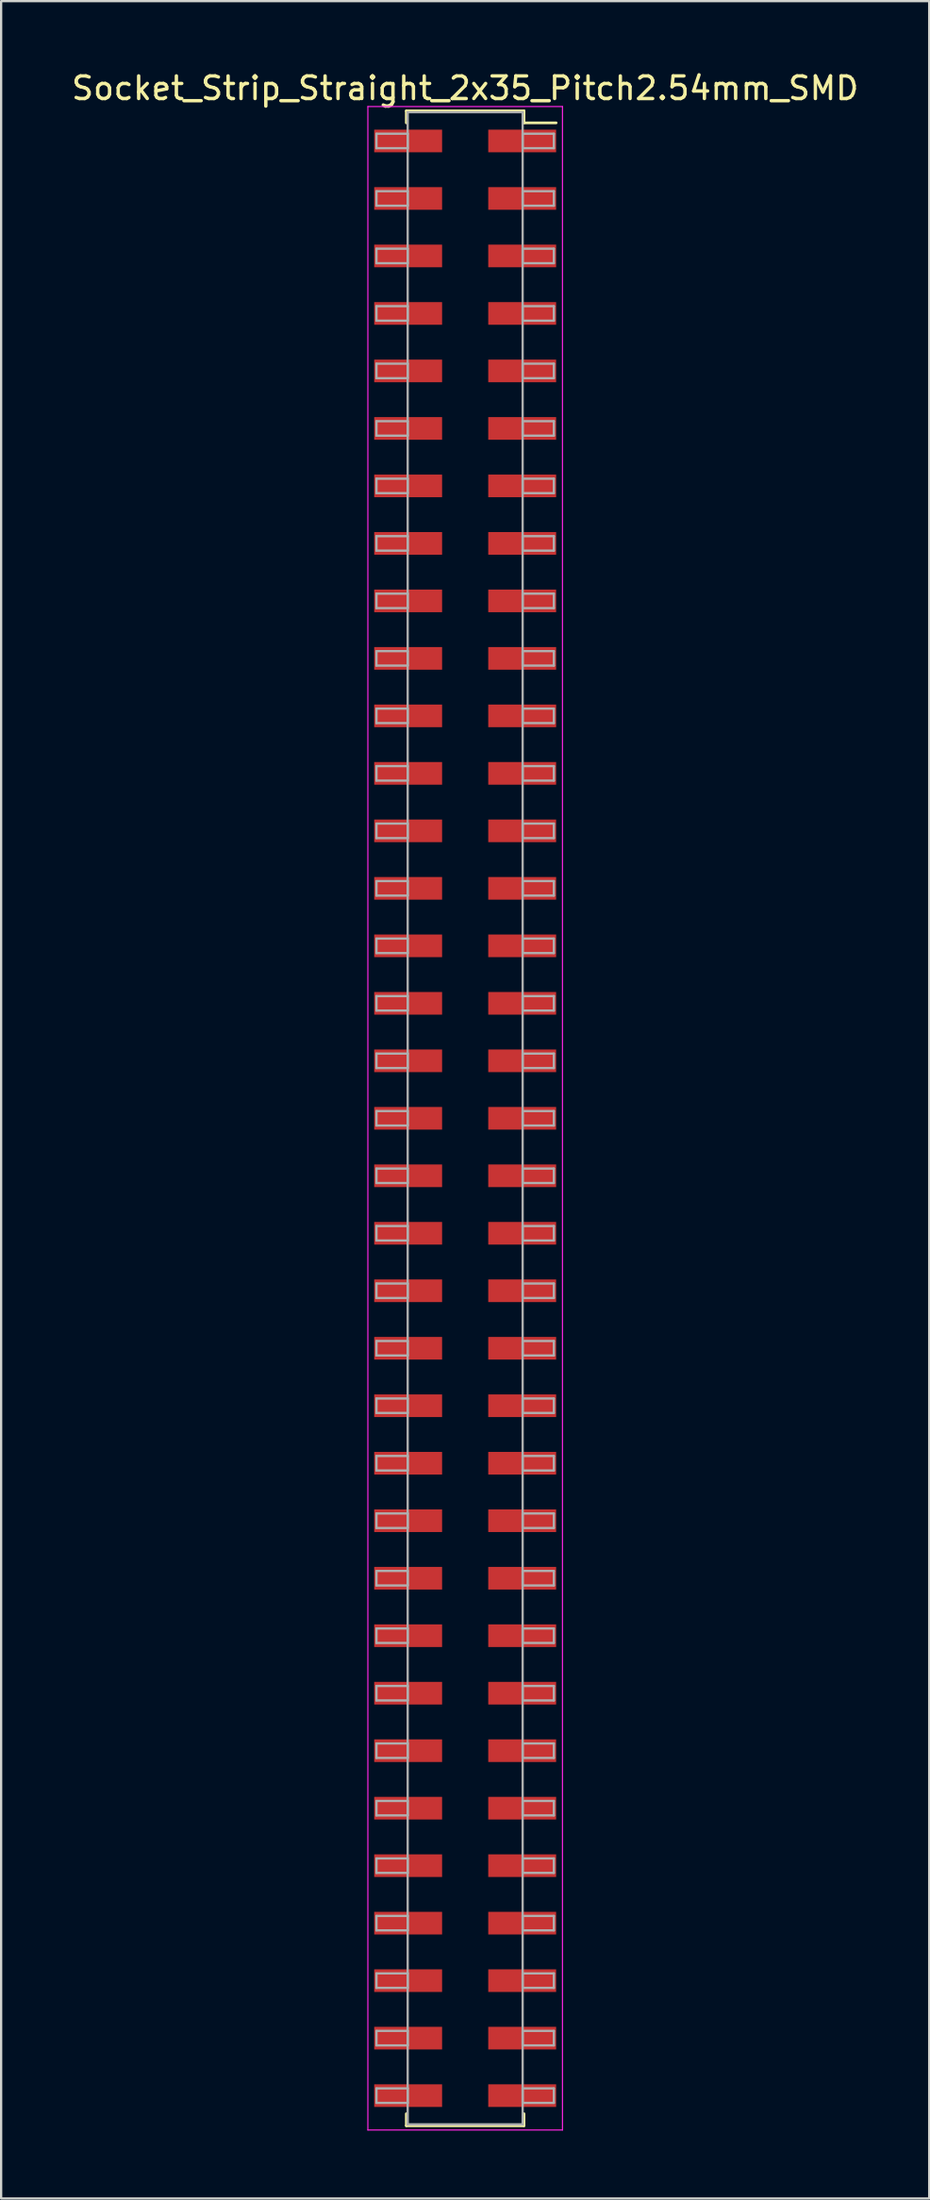
<source format=kicad_pcb>
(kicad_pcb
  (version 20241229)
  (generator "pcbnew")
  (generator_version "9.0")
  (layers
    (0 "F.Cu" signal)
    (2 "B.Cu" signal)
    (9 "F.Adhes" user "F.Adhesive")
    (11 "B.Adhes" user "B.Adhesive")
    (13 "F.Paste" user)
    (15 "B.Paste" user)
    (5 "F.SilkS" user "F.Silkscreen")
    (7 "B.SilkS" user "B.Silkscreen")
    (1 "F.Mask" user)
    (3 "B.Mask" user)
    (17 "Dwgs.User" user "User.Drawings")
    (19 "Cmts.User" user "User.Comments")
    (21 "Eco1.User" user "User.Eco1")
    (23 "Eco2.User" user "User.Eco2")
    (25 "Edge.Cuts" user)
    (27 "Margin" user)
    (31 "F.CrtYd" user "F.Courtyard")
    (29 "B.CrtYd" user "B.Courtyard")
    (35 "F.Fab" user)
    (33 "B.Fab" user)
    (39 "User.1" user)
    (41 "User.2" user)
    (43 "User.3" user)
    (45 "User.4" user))
  (footprint "Socket_Strip_Straight_2x35_Pitch2.54mm_SMD"
    (layer "F.Cu")
    (at 17.506 46.358)
    (property "Reference" "Socket_Strip_Straight_2x35_Pitch2.54mm_SMD" (at 0 -45.51 0) (layer "F.SilkS") (effects (font (size 1 1) (thickness 0.15))))
    (attr smd)
    (fp_line (start -2.6 -44.51) (end 2.6 -44.51) (stroke (width 0.12) (type solid)) (layer "F.SilkS"))
    (fp_line (start -2.6 -43.98) (end -2.6 -44.51) (stroke (width 0.12) (type solid)) (layer "F.SilkS"))
    (fp_line (start -2.6 43.98) (end -2.6 44.51) (stroke (width 0.12) (type solid)) (layer "F.SilkS"))
    (fp_line (start -2.6 44.51) (end 2.6 44.51) (stroke (width 0.12) (type solid)) (layer "F.SilkS"))
    (fp_line (start 2.6 -44.51) (end 2.6 -43.98) (stroke (width 0.12) (type solid)) (layer "F.SilkS"))
    (fp_line (start 2.6 44.51) (end 2.6 43.98) (stroke (width 0.12) (type solid)) (layer "F.SilkS"))
    (fp_line (start 4.02 -43.98) (end 2.6 -43.98) (stroke (width 0.12) (type solid)) (layer "F.SilkS"))
    (fp_line (start -4.3 -44.7) (end -4.3 44.7) (stroke (width 0.05) (type solid)) (layer "F.CrtYd"))
    (fp_line (start -4.3 44.7) (end 4.3 44.7) (stroke (width 0.05) (type solid)) (layer "F.CrtYd"))
    (fp_line (start 4.3 -44.7) (end -4.3 -44.7) (stroke (width 0.05) (type solid)) (layer "F.CrtYd"))
    (fp_line (start 4.3 44.7) (end 4.3 -44.7) (stroke (width 0.05) (type solid)) (layer "F.CrtYd"))
    (fp_line (start -3.92 -43.5) (end -2.54 -43.5) (stroke (width 0.1) (type solid)) (layer "F.Fab"))
    (fp_line (start -3.92 -42.86) (end -3.92 -43.5) (stroke (width 0.1) (type solid)) (layer "F.Fab"))
    (fp_line (start -3.92 -40.96) (end -2.54 -40.96) (stroke (width 0.1) (type solid)) (layer "F.Fab"))
    (fp_line (start -3.92 -40.32) (end -3.92 -40.96) (stroke (width 0.1) (type solid)) (layer "F.Fab"))
    (fp_line (start -3.92 -38.42) (end -2.54 -38.42) (stroke (width 0.1) (type solid)) (layer "F.Fab"))
    (fp_line (start -3.92 -37.78) (end -3.92 -38.42) (stroke (width 0.1) (type solid)) (layer "F.Fab"))
    (fp_line (start -3.92 -35.88) (end -2.54 -35.88) (stroke (width 0.1) (type solid)) (layer "F.Fab"))
    (fp_line (start -3.92 -35.24) (end -3.92 -35.88) (stroke (width 0.1) (type solid)) (layer "F.Fab"))
    (fp_line (start -3.92 -33.34) (end -2.54 -33.34) (stroke (width 0.1) (type solid)) (layer "F.Fab"))
    (fp_line (start -3.92 -32.7) (end -3.92 -33.34) (stroke (width 0.1) (type solid)) (layer "F.Fab"))
    (fp_line (start -3.92 -30.8) (end -2.54 -30.8) (stroke (width 0.1) (type solid)) (layer "F.Fab"))
    (fp_line (start -3.92 -30.16) (end -3.92 -30.8) (stroke (width 0.1) (type solid)) (layer "F.Fab"))
    (fp_line (start -3.92 -28.26) (end -2.54 -28.26) (stroke (width 0.1) (type solid)) (layer "F.Fab"))
    (fp_line (start -3.92 -27.62) (end -3.92 -28.26) (stroke (width 0.1) (type solid)) (layer "F.Fab"))
    (fp_line (start -3.92 -25.72) (end -2.54 -25.72) (stroke (width 0.1) (type solid)) (layer "F.Fab"))
    (fp_line (start -3.92 -25.08) (end -3.92 -25.72) (stroke (width 0.1) (type solid)) (layer "F.Fab"))
    (fp_line (start -3.92 -23.18) (end -2.54 -23.18) (stroke (width 0.1) (type solid)) (layer "F.Fab"))
    (fp_line (start -3.92 -22.54) (end -3.92 -23.18) (stroke (width 0.1) (type solid)) (layer "F.Fab"))
    (fp_line (start -3.92 -20.64) (end -2.54 -20.64) (stroke (width 0.1) (type solid)) (layer "F.Fab"))
    (fp_line (start -3.92 -20) (end -3.92 -20.64) (stroke (width 0.1) (type solid)) (layer "F.Fab"))
    (fp_line (start -3.92 -18.1) (end -2.54 -18.1) (stroke (width 0.1) (type solid)) (layer "F.Fab"))
    (fp_line (start -3.92 -17.46) (end -3.92 -18.1) (stroke (width 0.1) (type solid)) (layer "F.Fab"))
    (fp_line (start -3.92 -15.56) (end -2.54 -15.56) (stroke (width 0.1) (type solid)) (layer "F.Fab"))
    (fp_line (start -3.92 -14.92) (end -3.92 -15.56) (stroke (width 0.1) (type solid)) (layer "F.Fab"))
    (fp_line (start -3.92 -13.02) (end -2.54 -13.02) (stroke (width 0.1) (type solid)) (layer "F.Fab"))
    (fp_line (start -3.92 -12.38) (end -3.92 -13.02) (stroke (width 0.1) (type solid)) (layer "F.Fab"))
    (fp_line (start -3.92 -10.48) (end -2.54 -10.48) (stroke (width 0.1) (type solid)) (layer "F.Fab"))
    (fp_line (start -3.92 -9.84) (end -3.92 -10.48) (stroke (width 0.1) (type solid)) (layer "F.Fab"))
    (fp_line (start -3.92 -7.94) (end -2.54 -7.94) (stroke (width 0.1) (type solid)) (layer "F.Fab"))
    (fp_line (start -3.92 -7.3) (end -3.92 -7.94) (stroke (width 0.1) (type solid)) (layer "F.Fab"))
    (fp_line (start -3.92 -5.4) (end -2.54 -5.4) (stroke (width 0.1) (type solid)) (layer "F.Fab"))
    (fp_line (start -3.92 -4.76) (end -3.92 -5.4) (stroke (width 0.1) (type solid)) (layer "F.Fab"))
    (fp_line (start -3.92 -2.86) (end -2.54 -2.86) (stroke (width 0.1) (type solid)) (layer "F.Fab"))
    (fp_line (start -3.92 -2.22) (end -3.92 -2.86) (stroke (width 0.1) (type solid)) (layer "F.Fab"))
    (fp_line (start -3.92 -0.32) (end -2.54 -0.32) (stroke (width 0.1) (type solid)) (layer "F.Fab"))
    (fp_line (start -3.92 0.32) (end -3.92 -0.32) (stroke (width 0.1) (type solid)) (layer "F.Fab"))
    (fp_line (start -3.92 2.22) (end -2.54 2.22) (stroke (width 0.1) (type solid)) (layer "F.Fab"))
    (fp_line (start -3.92 2.86) (end -3.92 2.22) (stroke (width 0.1) (type solid)) (layer "F.Fab"))
    (fp_line (start -3.92 4.76) (end -2.54 4.76) (stroke (width 0.1) (type solid)) (layer "F.Fab"))
    (fp_line (start -3.92 5.4) (end -3.92 4.76) (stroke (width 0.1) (type solid)) (layer "F.Fab"))
    (fp_line (start -3.92 7.3) (end -2.54 7.3) (stroke (width 0.1) (type solid)) (layer "F.Fab"))
    (fp_line (start -3.92 7.94) (end -3.92 7.3) (stroke (width 0.1) (type solid)) (layer "F.Fab"))
    (fp_line (start -3.92 9.84) (end -2.54 9.84) (stroke (width 0.1) (type solid)) (layer "F.Fab"))
    (fp_line (start -3.92 10.48) (end -3.92 9.84) (stroke (width 0.1) (type solid)) (layer "F.Fab"))
    (fp_line (start -3.92 12.38) (end -2.54 12.38) (stroke (width 0.1) (type solid)) (layer "F.Fab"))
    (fp_line (start -3.92 13.02) (end -3.92 12.38) (stroke (width 0.1) (type solid)) (layer "F.Fab"))
    (fp_line (start -3.92 14.92) (end -2.54 14.92) (stroke (width 0.1) (type solid)) (layer "F.Fab"))
    (fp_line (start -3.92 15.56) (end -3.92 14.92) (stroke (width 0.1) (type solid)) (layer "F.Fab"))
    (fp_line (start -3.92 17.46) (end -2.54 17.46) (stroke (width 0.1) (type solid)) (layer "F.Fab"))
    (fp_line (start -3.92 18.1) (end -3.92 17.46) (stroke (width 0.1) (type solid)) (layer "F.Fab"))
    (fp_line (start -3.92 20) (end -2.54 20) (stroke (width 0.1) (type solid)) (layer "F.Fab"))
    (fp_line (start -3.92 20.64) (end -3.92 20) (stroke (width 0.1) (type solid)) (layer "F.Fab"))
    (fp_line (start -3.92 22.54) (end -2.54 22.54) (stroke (width 0.1) (type solid)) (layer "F.Fab"))
    (fp_line (start -3.92 23.18) (end -3.92 22.54) (stroke (width 0.1) (type solid)) (layer "F.Fab"))
    (fp_line (start -3.92 25.08) (end -2.54 25.08) (stroke (width 0.1) (type solid)) (layer "F.Fab"))
    (fp_line (start -3.92 25.72) (end -3.92 25.08) (stroke (width 0.1) (type solid)) (layer "F.Fab"))
    (fp_line (start -3.92 27.62) (end -2.54 27.62) (stroke (width 0.1) (type solid)) (layer "F.Fab"))
    (fp_line (start -3.92 28.26) (end -3.92 27.62) (stroke (width 0.1) (type solid)) (layer "F.Fab"))
    (fp_line (start -3.92 30.16) (end -2.54 30.16) (stroke (width 0.1) (type solid)) (layer "F.Fab"))
    (fp_line (start -3.92 30.8) (end -3.92 30.16) (stroke (width 0.1) (type solid)) (layer "F.Fab"))
    (fp_line (start -3.92 32.7) (end -2.54 32.7) (stroke (width 0.1) (type solid)) (layer "F.Fab"))
    (fp_line (start -3.92 33.34) (end -3.92 32.7) (stroke (width 0.1) (type solid)) (layer "F.Fab"))
    (fp_line (start -3.92 35.24) (end -2.54 35.24) (stroke (width 0.1) (type solid)) (layer "F.Fab"))
    (fp_line (start -3.92 35.88) (end -3.92 35.24) (stroke (width 0.1) (type solid)) (layer "F.Fab"))
    (fp_line (start -3.92 37.78) (end -2.54 37.78) (stroke (width 0.1) (type solid)) (layer "F.Fab"))
    (fp_line (start -3.92 38.42) (end -3.92 37.78) (stroke (width 0.1) (type solid)) (layer "F.Fab"))
    (fp_line (start -3.92 40.32) (end -2.54 40.32) (stroke (width 0.1) (type solid)) (layer "F.Fab"))
    (fp_line (start -3.92 40.96) (end -3.92 40.32) (stroke (width 0.1) (type solid)) (layer "F.Fab"))
    (fp_line (start -3.92 42.86) (end -2.54 42.86) (stroke (width 0.1) (type solid)) (layer "F.Fab"))
    (fp_line (start -3.92 43.5) (end -3.92 42.86) (stroke (width 0.1) (type solid)) (layer "F.Fab"))
    (fp_line (start -2.54 -44.45) (end -2.54 44.45) (stroke (width 0.1) (type solid)) (layer "F.Fab"))
    (fp_line (start -2.54 -43.5) (end -2.54 -42.86) (stroke (width 0.1) (type solid)) (layer "F.Fab"))
    (fp_line (start -2.54 -42.86) (end -3.92 -42.86) (stroke (width 0.1) (type solid)) (layer "F.Fab"))
    (fp_line (start -2.54 -40.96) (end -2.54 -40.32) (stroke (width 0.1) (type solid)) (layer "F.Fab"))
    (fp_line (start -2.54 -40.32) (end -3.92 -40.32) (stroke (width 0.1) (type solid)) (layer "F.Fab"))
    (fp_line (start -2.54 -38.42) (end -2.54 -37.78) (stroke (width 0.1) (type solid)) (layer "F.Fab"))
    (fp_line (start -2.54 -37.78) (end -3.92 -37.78) (stroke (width 0.1) (type solid)) (layer "F.Fab"))
    (fp_line (start -2.54 -35.88) (end -2.54 -35.24) (stroke (width 0.1) (type solid)) (layer "F.Fab"))
    (fp_line (start -2.54 -35.24) (end -3.92 -35.24) (stroke (width 0.1) (type solid)) (layer "F.Fab"))
    (fp_line (start -2.54 -33.34) (end -2.54 -32.7) (stroke (width 0.1) (type solid)) (layer "F.Fab"))
    (fp_line (start -2.54 -32.7) (end -3.92 -32.7) (stroke (width 0.1) (type solid)) (layer "F.Fab"))
    (fp_line (start -2.54 -30.8) (end -2.54 -30.16) (stroke (width 0.1) (type solid)) (layer "F.Fab"))
    (fp_line (start -2.54 -30.16) (end -3.92 -30.16) (stroke (width 0.1) (type solid)) (layer "F.Fab"))
    (fp_line (start -2.54 -28.26) (end -2.54 -27.62) (stroke (width 0.1) (type solid)) (layer "F.Fab"))
    (fp_line (start -2.54 -27.62) (end -3.92 -27.62) (stroke (width 0.1) (type solid)) (layer "F.Fab"))
    (fp_line (start -2.54 -25.72) (end -2.54 -25.08) (stroke (width 0.1) (type solid)) (layer "F.Fab"))
    (fp_line (start -2.54 -25.08) (end -3.92 -25.08) (stroke (width 0.1) (type solid)) (layer "F.Fab"))
    (fp_line (start -2.54 -23.18) (end -2.54 -22.54) (stroke (width 0.1) (type solid)) (layer "F.Fab"))
    (fp_line (start -2.54 -22.54) (end -3.92 -22.54) (stroke (width 0.1) (type solid)) (layer "F.Fab"))
    (fp_line (start -2.54 -20.64) (end -2.54 -20) (stroke (width 0.1) (type solid)) (layer "F.Fab"))
    (fp_line (start -2.54 -20) (end -3.92 -20) (stroke (width 0.1) (type solid)) (layer "F.Fab"))
    (fp_line (start -2.54 -18.1) (end -2.54 -17.46) (stroke (width 0.1) (type solid)) (layer "F.Fab"))
    (fp_line (start -2.54 -17.46) (end -3.92 -17.46) (stroke (width 0.1) (type solid)) (layer "F.Fab"))
    (fp_line (start -2.54 -15.56) (end -2.54 -14.92) (stroke (width 0.1) (type solid)) (layer "F.Fab"))
    (fp_line (start -2.54 -14.92) (end -3.92 -14.92) (stroke (width 0.1) (type solid)) (layer "F.Fab"))
    (fp_line (start -2.54 -13.02) (end -2.54 -12.38) (stroke (width 0.1) (type solid)) (layer "F.Fab"))
    (fp_line (start -2.54 -12.38) (end -3.92 -12.38) (stroke (width 0.1) (type solid)) (layer "F.Fab"))
    (fp_line (start -2.54 -10.48) (end -2.54 -9.84) (stroke (width 0.1) (type solid)) (layer "F.Fab"))
    (fp_line (start -2.54 -9.84) (end -3.92 -9.84) (stroke (width 0.1) (type solid)) (layer "F.Fab"))
    (fp_line (start -2.54 -7.94) (end -2.54 -7.3) (stroke (width 0.1) (type solid)) (layer "F.Fab"))
    (fp_line (start -2.54 -7.3) (end -3.92 -7.3) (stroke (width 0.1) (type solid)) (layer "F.Fab"))
    (fp_line (start -2.54 -5.4) (end -2.54 -4.76) (stroke (width 0.1) (type solid)) (layer "F.Fab"))
    (fp_line (start -2.54 -4.76) (end -3.92 -4.76) (stroke (width 0.1) (type solid)) (layer "F.Fab"))
    (fp_line (start -2.54 -2.86) (end -2.54 -2.22) (stroke (width 0.1) (type solid)) (layer "F.Fab"))
    (fp_line (start -2.54 -2.22) (end -3.92 -2.22) (stroke (width 0.1) (type solid)) (layer "F.Fab"))
    (fp_line (start -2.54 -0.32) (end -2.54 0.32) (stroke (width 0.1) (type solid)) (layer "F.Fab"))
    (fp_line (start -2.54 0.32) (end -3.92 0.32) (stroke (width 0.1) (type solid)) (layer "F.Fab"))
    (fp_line (start -2.54 2.22) (end -2.54 2.86) (stroke (width 0.1) (type solid)) (layer "F.Fab"))
    (fp_line (start -2.54 2.86) (end -3.92 2.86) (stroke (width 0.1) (type solid)) (layer "F.Fab"))
    (fp_line (start -2.54 4.76) (end -2.54 5.4) (stroke (width 0.1) (type solid)) (layer "F.Fab"))
    (fp_line (start -2.54 5.4) (end -3.92 5.4) (stroke (width 0.1) (type solid)) (layer "F.Fab"))
    (fp_line (start -2.54 7.3) (end -2.54 7.94) (stroke (width 0.1) (type solid)) (layer "F.Fab"))
    (fp_line (start -2.54 7.94) (end -3.92 7.94) (stroke (width 0.1) (type solid)) (layer "F.Fab"))
    (fp_line (start -2.54 9.84) (end -2.54 10.48) (stroke (width 0.1) (type solid)) (layer "F.Fab"))
    (fp_line (start -2.54 10.48) (end -3.92 10.48) (stroke (width 0.1) (type solid)) (layer "F.Fab"))
    (fp_line (start -2.54 12.38) (end -2.54 13.02) (stroke (width 0.1) (type solid)) (layer "F.Fab"))
    (fp_line (start -2.54 13.02) (end -3.92 13.02) (stroke (width 0.1) (type solid)) (layer "F.Fab"))
    (fp_line (start -2.54 14.92) (end -2.54 15.56) (stroke (width 0.1) (type solid)) (layer "F.Fab"))
    (fp_line (start -2.54 15.56) (end -3.92 15.56) (stroke (width 0.1) (type solid)) (layer "F.Fab"))
    (fp_line (start -2.54 17.46) (end -2.54 18.1) (stroke (width 0.1) (type solid)) (layer "F.Fab"))
    (fp_line (start -2.54 18.1) (end -3.92 18.1) (stroke (width 0.1) (type solid)) (layer "F.Fab"))
    (fp_line (start -2.54 20) (end -2.54 20.64) (stroke (width 0.1) (type solid)) (layer "F.Fab"))
    (fp_line (start -2.54 20.64) (end -3.92 20.64) (stroke (width 0.1) (type solid)) (layer "F.Fab"))
    (fp_line (start -2.54 22.54) (end -2.54 23.18) (stroke (width 0.1) (type solid)) (layer "F.Fab"))
    (fp_line (start -2.54 23.18) (end -3.92 23.18) (stroke (width 0.1) (type solid)) (layer "F.Fab"))
    (fp_line (start -2.54 25.08) (end -2.54 25.72) (stroke (width 0.1) (type solid)) (layer "F.Fab"))
    (fp_line (start -2.54 25.72) (end -3.92 25.72) (stroke (width 0.1) (type solid)) (layer "F.Fab"))
    (fp_line (start -2.54 27.62) (end -2.54 28.26) (stroke (width 0.1) (type solid)) (layer "F.Fab"))
    (fp_line (start -2.54 28.26) (end -3.92 28.26) (stroke (width 0.1) (type solid)) (layer "F.Fab"))
    (fp_line (start -2.54 30.16) (end -2.54 30.8) (stroke (width 0.1) (type solid)) (layer "F.Fab"))
    (fp_line (start -2.54 30.8) (end -3.92 30.8) (stroke (width 0.1) (type solid)) (layer "F.Fab"))
    (fp_line (start -2.54 32.7) (end -2.54 33.34) (stroke (width 0.1) (type solid)) (layer "F.Fab"))
    (fp_line (start -2.54 33.34) (end -3.92 33.34) (stroke (width 0.1) (type solid)) (layer "F.Fab"))
    (fp_line (start -2.54 35.24) (end -2.54 35.88) (stroke (width 0.1) (type solid)) (layer "F.Fab"))
    (fp_line (start -2.54 35.88) (end -3.92 35.88) (stroke (width 0.1) (type solid)) (layer "F.Fab"))
    (fp_line (start -2.54 37.78) (end -2.54 38.42) (stroke (width 0.1) (type solid)) (layer "F.Fab"))
    (fp_line (start -2.54 38.42) (end -3.92 38.42) (stroke (width 0.1) (type solid)) (layer "F.Fab"))
    (fp_line (start -2.54 40.32) (end -2.54 40.96) (stroke (width 0.1) (type solid)) (layer "F.Fab"))
    (fp_line (start -2.54 40.96) (end -3.92 40.96) (stroke (width 0.1) (type solid)) (layer "F.Fab"))
    (fp_line (start -2.54 42.86) (end -2.54 43.5) (stroke (width 0.1) (type solid)) (layer "F.Fab"))
    (fp_line (start -2.54 43.5) (end -3.92 43.5) (stroke (width 0.1) (type solid)) (layer "F.Fab"))
    (fp_line (start -2.54 44.45) (end 2.54 44.45) (stroke (width 0.1) (type solid)) (layer "F.Fab"))
    (fp_line (start 2.54 -44.45) (end -2.54 -44.45) (stroke (width 0.1) (type solid)) (layer "F.Fab"))
    (fp_line (start 2.54 -43.5) (end 2.54 -42.86) (stroke (width 0.1) (type solid)) (layer "F.Fab"))
    (fp_line (start 2.54 -42.86) (end 3.92 -42.86) (stroke (width 0.1) (type solid)) (layer "F.Fab"))
    (fp_line (start 2.54 -40.96) (end 2.54 -40.32) (stroke (width 0.1) (type solid)) (layer "F.Fab"))
    (fp_line (start 2.54 -40.32) (end 3.92 -40.32) (stroke (width 0.1) (type solid)) (layer "F.Fab"))
    (fp_line (start 2.54 -38.42) (end 2.54 -37.78) (stroke (width 0.1) (type solid)) (layer "F.Fab"))
    (fp_line (start 2.54 -37.78) (end 3.92 -37.78) (stroke (width 0.1) (type solid)) (layer "F.Fab"))
    (fp_line (start 2.54 -35.88) (end 2.54 -35.24) (stroke (width 0.1) (type solid)) (layer "F.Fab"))
    (fp_line (start 2.54 -35.24) (end 3.92 -35.24) (stroke (width 0.1) (type solid)) (layer "F.Fab"))
    (fp_line (start 2.54 -33.34) (end 2.54 -32.7) (stroke (width 0.1) (type solid)) (layer "F.Fab"))
    (fp_line (start 2.54 -32.7) (end 3.92 -32.7) (stroke (width 0.1) (type solid)) (layer "F.Fab"))
    (fp_line (start 2.54 -30.8) (end 2.54 -30.16) (stroke (width 0.1) (type solid)) (layer "F.Fab"))
    (fp_line (start 2.54 -30.16) (end 3.92 -30.16) (stroke (width 0.1) (type solid)) (layer "F.Fab"))
    (fp_line (start 2.54 -28.26) (end 2.54 -27.62) (stroke (width 0.1) (type solid)) (layer "F.Fab"))
    (fp_line (start 2.54 -27.62) (end 3.92 -27.62) (stroke (width 0.1) (type solid)) (layer "F.Fab"))
    (fp_line (start 2.54 -25.72) (end 2.54 -25.08) (stroke (width 0.1) (type solid)) (layer "F.Fab"))
    (fp_line (start 2.54 -25.08) (end 3.92 -25.08) (stroke (width 0.1) (type solid)) (layer "F.Fab"))
    (fp_line (start 2.54 -23.18) (end 2.54 -22.54) (stroke (width 0.1) (type solid)) (layer "F.Fab"))
    (fp_line (start 2.54 -22.54) (end 3.92 -22.54) (stroke (width 0.1) (type solid)) (layer "F.Fab"))
    (fp_line (start 2.54 -20.64) (end 2.54 -20) (stroke (width 0.1) (type solid)) (layer "F.Fab"))
    (fp_line (start 2.54 -20) (end 3.92 -20) (stroke (width 0.1) (type solid)) (layer "F.Fab"))
    (fp_line (start 2.54 -18.1) (end 2.54 -17.46) (stroke (width 0.1) (type solid)) (layer "F.Fab"))
    (fp_line (start 2.54 -17.46) (end 3.92 -17.46) (stroke (width 0.1) (type solid)) (layer "F.Fab"))
    (fp_line (start 2.54 -15.56) (end 2.54 -14.92) (stroke (width 0.1) (type solid)) (layer "F.Fab"))
    (fp_line (start 2.54 -14.92) (end 3.92 -14.92) (stroke (width 0.1) (type solid)) (layer "F.Fab"))
    (fp_line (start 2.54 -13.02) (end 2.54 -12.38) (stroke (width 0.1) (type solid)) (layer "F.Fab"))
    (fp_line (start 2.54 -12.38) (end 3.92 -12.38) (stroke (width 0.1) (type solid)) (layer "F.Fab"))
    (fp_line (start 2.54 -10.48) (end 2.54 -9.84) (stroke (width 0.1) (type solid)) (layer "F.Fab"))
    (fp_line (start 2.54 -9.84) (end 3.92 -9.84) (stroke (width 0.1) (type solid)) (layer "F.Fab"))
    (fp_line (start 2.54 -7.94) (end 2.54 -7.3) (stroke (width 0.1) (type solid)) (layer "F.Fab"))
    (fp_line (start 2.54 -7.3) (end 3.92 -7.3) (stroke (width 0.1) (type solid)) (layer "F.Fab"))
    (fp_line (start 2.54 -5.4) (end 2.54 -4.76) (stroke (width 0.1) (type solid)) (layer "F.Fab"))
    (fp_line (start 2.54 -4.76) (end 3.92 -4.76) (stroke (width 0.1) (type solid)) (layer "F.Fab"))
    (fp_line (start 2.54 -2.86) (end 2.54 -2.22) (stroke (width 0.1) (type solid)) (layer "F.Fab"))
    (fp_line (start 2.54 -2.22) (end 3.92 -2.22) (stroke (width 0.1) (type solid)) (layer "F.Fab"))
    (fp_line (start 2.54 -0.32) (end 2.54 0.32) (stroke (width 0.1) (type solid)) (layer "F.Fab"))
    (fp_line (start 2.54 0.32) (end 3.92 0.32) (stroke (width 0.1) (type solid)) (layer "F.Fab"))
    (fp_line (start 2.54 2.22) (end 2.54 2.86) (stroke (width 0.1) (type solid)) (layer "F.Fab"))
    (fp_line (start 2.54 2.86) (end 3.92 2.86) (stroke (width 0.1) (type solid)) (layer "F.Fab"))
    (fp_line (start 2.54 4.76) (end 2.54 5.4) (stroke (width 0.1) (type solid)) (layer "F.Fab"))
    (fp_line (start 2.54 5.4) (end 3.92 5.4) (stroke (width 0.1) (type solid)) (layer "F.Fab"))
    (fp_line (start 2.54 7.3) (end 2.54 7.94) (stroke (width 0.1) (type solid)) (layer "F.Fab"))
    (fp_line (start 2.54 7.94) (end 3.92 7.94) (stroke (width 0.1) (type solid)) (layer "F.Fab"))
    (fp_line (start 2.54 9.84) (end 2.54 10.48) (stroke (width 0.1) (type solid)) (layer "F.Fab"))
    (fp_line (start 2.54 10.48) (end 3.92 10.48) (stroke (width 0.1) (type solid)) (layer "F.Fab"))
    (fp_line (start 2.54 12.38) (end 2.54 13.02) (stroke (width 0.1) (type solid)) (layer "F.Fab"))
    (fp_line (start 2.54 13.02) (end 3.92 13.02) (stroke (width 0.1) (type solid)) (layer "F.Fab"))
    (fp_line (start 2.54 14.92) (end 2.54 15.56) (stroke (width 0.1) (type solid)) (layer "F.Fab"))
    (fp_line (start 2.54 15.56) (end 3.92 15.56) (stroke (width 0.1) (type solid)) (layer "F.Fab"))
    (fp_line (start 2.54 17.46) (end 2.54 18.1) (stroke (width 0.1) (type solid)) (layer "F.Fab"))
    (fp_line (start 2.54 18.1) (end 3.92 18.1) (stroke (width 0.1) (type solid)) (layer "F.Fab"))
    (fp_line (start 2.54 20) (end 2.54 20.64) (stroke (width 0.1) (type solid)) (layer "F.Fab"))
    (fp_line (start 2.54 20.64) (end 3.92 20.64) (stroke (width 0.1) (type solid)) (layer "F.Fab"))
    (fp_line (start 2.54 22.54) (end 2.54 23.18) (stroke (width 0.1) (type solid)) (layer "F.Fab"))
    (fp_line (start 2.54 23.18) (end 3.92 23.18) (stroke (width 0.1) (type solid)) (layer "F.Fab"))
    (fp_line (start 2.54 25.08) (end 2.54 25.72) (stroke (width 0.1) (type solid)) (layer "F.Fab"))
    (fp_line (start 2.54 25.72) (end 3.92 25.72) (stroke (width 0.1) (type solid)) (layer "F.Fab"))
    (fp_line (start 2.54 27.62) (end 2.54 28.26) (stroke (width 0.1) (type solid)) (layer "F.Fab"))
    (fp_line (start 2.54 28.26) (end 3.92 28.26) (stroke (width 0.1) (type solid)) (layer "F.Fab"))
    (fp_line (start 2.54 30.16) (end 2.54 30.8) (stroke (width 0.1) (type solid)) (layer "F.Fab"))
    (fp_line (start 2.54 30.8) (end 3.92 30.8) (stroke (width 0.1) (type solid)) (layer "F.Fab"))
    (fp_line (start 2.54 32.7) (end 2.54 33.34) (stroke (width 0.1) (type solid)) (layer "F.Fab"))
    (fp_line (start 2.54 33.34) (end 3.92 33.34) (stroke (width 0.1) (type solid)) (layer "F.Fab"))
    (fp_line (start 2.54 35.24) (end 2.54 35.88) (stroke (width 0.1) (type solid)) (layer "F.Fab"))
    (fp_line (start 2.54 35.88) (end 3.92 35.88) (stroke (width 0.1) (type solid)) (layer "F.Fab"))
    (fp_line (start 2.54 37.78) (end 2.54 38.42) (stroke (width 0.1) (type solid)) (layer "F.Fab"))
    (fp_line (start 2.54 38.42) (end 3.92 38.42) (stroke (width 0.1) (type solid)) (layer "F.Fab"))
    (fp_line (start 2.54 40.32) (end 2.54 40.96) (stroke (width 0.1) (type solid)) (layer "F.Fab"))
    (fp_line (start 2.54 40.96) (end 3.92 40.96) (stroke (width 0.1) (type solid)) (layer "F.Fab"))
    (fp_line (start 2.54 42.86) (end 2.54 43.5) (stroke (width 0.1) (type solid)) (layer "F.Fab"))
    (fp_line (start 2.54 43.5) (end 3.92 43.5) (stroke (width 0.1) (type solid)) (layer "F.Fab"))
    (fp_line (start 2.54 44.45) (end 2.54 -44.45) (stroke (width 0.1) (type solid)) (layer "F.Fab"))
    (fp_line (start 3.92 -43.5) (end 2.54 -43.5) (stroke (width 0.1) (type solid)) (layer "F.Fab"))
    (fp_line (start 3.92 -42.86) (end 3.92 -43.5) (stroke (width 0.1) (type solid)) (layer "F.Fab"))
    (fp_line (start 3.92 -40.96) (end 2.54 -40.96) (stroke (width 0.1) (type solid)) (layer "F.Fab"))
    (fp_line (start 3.92 -40.32) (end 3.92 -40.96) (stroke (width 0.1) (type solid)) (layer "F.Fab"))
    (fp_line (start 3.92 -38.42) (end 2.54 -38.42) (stroke (width 0.1) (type solid)) (layer "F.Fab"))
    (fp_line (start 3.92 -37.78) (end 3.92 -38.42) (stroke (width 0.1) (type solid)) (layer "F.Fab"))
    (fp_line (start 3.92 -35.88) (end 2.54 -35.88) (stroke (width 0.1) (type solid)) (layer "F.Fab"))
    (fp_line (start 3.92 -35.24) (end 3.92 -35.88) (stroke (width 0.1) (type solid)) (layer "F.Fab"))
    (fp_line (start 3.92 -33.34) (end 2.54 -33.34) (stroke (width 0.1) (type solid)) (layer "F.Fab"))
    (fp_line (start 3.92 -32.7) (end 3.92 -33.34) (stroke (width 0.1) (type solid)) (layer "F.Fab"))
    (fp_line (start 3.92 -30.8) (end 2.54 -30.8) (stroke (width 0.1) (type solid)) (layer "F.Fab"))
    (fp_line (start 3.92 -30.16) (end 3.92 -30.8) (stroke (width 0.1) (type solid)) (layer "F.Fab"))
    (fp_line (start 3.92 -28.26) (end 2.54 -28.26) (stroke (width 0.1) (type solid)) (layer "F.Fab"))
    (fp_line (start 3.92 -27.62) (end 3.92 -28.26) (stroke (width 0.1) (type solid)) (layer "F.Fab"))
    (fp_line (start 3.92 -25.72) (end 2.54 -25.72) (stroke (width 0.1) (type solid)) (layer "F.Fab"))
    (fp_line (start 3.92 -25.08) (end 3.92 -25.72) (stroke (width 0.1) (type solid)) (layer "F.Fab"))
    (fp_line (start 3.92 -23.18) (end 2.54 -23.18) (stroke (width 0.1) (type solid)) (layer "F.Fab"))
    (fp_line (start 3.92 -22.54) (end 3.92 -23.18) (stroke (width 0.1) (type solid)) (layer "F.Fab"))
    (fp_line (start 3.92 -20.64) (end 2.54 -20.64) (stroke (width 0.1) (type solid)) (layer "F.Fab"))
    (fp_line (start 3.92 -20) (end 3.92 -20.64) (stroke (width 0.1) (type solid)) (layer "F.Fab"))
    (fp_line (start 3.92 -18.1) (end 2.54 -18.1) (stroke (width 0.1) (type solid)) (layer "F.Fab"))
    (fp_line (start 3.92 -17.46) (end 3.92 -18.1) (stroke (width 0.1) (type solid)) (layer "F.Fab"))
    (fp_line (start 3.92 -15.56) (end 2.54 -15.56) (stroke (width 0.1) (type solid)) (layer "F.Fab"))
    (fp_line (start 3.92 -14.92) (end 3.92 -15.56) (stroke (width 0.1) (type solid)) (layer "F.Fab"))
    (fp_line (start 3.92 -13.02) (end 2.54 -13.02) (stroke (width 0.1) (type solid)) (layer "F.Fab"))
    (fp_line (start 3.92 -12.38) (end 3.92 -13.02) (stroke (width 0.1) (type solid)) (layer "F.Fab"))
    (fp_line (start 3.92 -10.48) (end 2.54 -10.48) (stroke (width 0.1) (type solid)) (layer "F.Fab"))
    (fp_line (start 3.92 -9.84) (end 3.92 -10.48) (stroke (width 0.1) (type solid)) (layer "F.Fab"))
    (fp_line (start 3.92 -7.94) (end 2.54 -7.94) (stroke (width 0.1) (type solid)) (layer "F.Fab"))
    (fp_line (start 3.92 -7.3) (end 3.92 -7.94) (stroke (width 0.1) (type solid)) (layer "F.Fab"))
    (fp_line (start 3.92 -5.4) (end 2.54 -5.4) (stroke (width 0.1) (type solid)) (layer "F.Fab"))
    (fp_line (start 3.92 -4.76) (end 3.92 -5.4) (stroke (width 0.1) (type solid)) (layer "F.Fab"))
    (fp_line (start 3.92 -2.86) (end 2.54 -2.86) (stroke (width 0.1) (type solid)) (layer "F.Fab"))
    (fp_line (start 3.92 -2.22) (end 3.92 -2.86) (stroke (width 0.1) (type solid)) (layer "F.Fab"))
    (fp_line (start 3.92 -0.32) (end 2.54 -0.32) (stroke (width 0.1) (type solid)) (layer "F.Fab"))
    (fp_line (start 3.92 0.32) (end 3.92 -0.32) (stroke (width 0.1) (type solid)) (layer "F.Fab"))
    (fp_line (start 3.92 2.22) (end 2.54 2.22) (stroke (width 0.1) (type solid)) (layer "F.Fab"))
    (fp_line (start 3.92 2.86) (end 3.92 2.22) (stroke (width 0.1) (type solid)) (layer "F.Fab"))
    (fp_line (start 3.92 4.76) (end 2.54 4.76) (stroke (width 0.1) (type solid)) (layer "F.Fab"))
    (fp_line (start 3.92 5.4) (end 3.92 4.76) (stroke (width 0.1) (type solid)) (layer "F.Fab"))
    (fp_line (start 3.92 7.3) (end 2.54 7.3) (stroke (width 0.1) (type solid)) (layer "F.Fab"))
    (fp_line (start 3.92 7.94) (end 3.92 7.3) (stroke (width 0.1) (type solid)) (layer "F.Fab"))
    (fp_line (start 3.92 9.84) (end 2.54 9.84) (stroke (width 0.1) (type solid)) (layer "F.Fab"))
    (fp_line (start 3.92 10.48) (end 3.92 9.84) (stroke (width 0.1) (type solid)) (layer "F.Fab"))
    (fp_line (start 3.92 12.38) (end 2.54 12.38) (stroke (width 0.1) (type solid)) (layer "F.Fab"))
    (fp_line (start 3.92 13.02) (end 3.92 12.38) (stroke (width 0.1) (type solid)) (layer "F.Fab"))
    (fp_line (start 3.92 14.92) (end 2.54 14.92) (stroke (width 0.1) (type solid)) (layer "F.Fab"))
    (fp_line (start 3.92 15.56) (end 3.92 14.92) (stroke (width 0.1) (type solid)) (layer "F.Fab"))
    (fp_line (start 3.92 17.46) (end 2.54 17.46) (stroke (width 0.1) (type solid)) (layer "F.Fab"))
    (fp_line (start 3.92 18.1) (end 3.92 17.46) (stroke (width 0.1) (type solid)) (layer "F.Fab"))
    (fp_line (start 3.92 20) (end 2.54 20) (stroke (width 0.1) (type solid)) (layer "F.Fab"))
    (fp_line (start 3.92 20.64) (end 3.92 20) (stroke (width 0.1) (type solid)) (layer "F.Fab"))
    (fp_line (start 3.92 22.54) (end 2.54 22.54) (stroke (width 0.1) (type solid)) (layer "F.Fab"))
    (fp_line (start 3.92 23.18) (end 3.92 22.54) (stroke (width 0.1) (type solid)) (layer "F.Fab"))
    (fp_line (start 3.92 25.08) (end 2.54 25.08) (stroke (width 0.1) (type solid)) (layer "F.Fab"))
    (fp_line (start 3.92 25.72) (end 3.92 25.08) (stroke (width 0.1) (type solid)) (layer "F.Fab"))
    (fp_line (start 3.92 27.62) (end 2.54 27.62) (stroke (width 0.1) (type solid)) (layer "F.Fab"))
    (fp_line (start 3.92 28.26) (end 3.92 27.62) (stroke (width 0.1) (type solid)) (layer "F.Fab"))
    (fp_line (start 3.92 30.16) (end 2.54 30.16) (stroke (width 0.1) (type solid)) (layer "F.Fab"))
    (fp_line (start 3.92 30.8) (end 3.92 30.16) (stroke (width 0.1) (type solid)) (layer "F.Fab"))
    (fp_line (start 3.92 32.7) (end 2.54 32.7) (stroke (width 0.1) (type solid)) (layer "F.Fab"))
    (fp_line (start 3.92 33.34) (end 3.92 32.7) (stroke (width 0.1) (type solid)) (layer "F.Fab"))
    (fp_line (start 3.92 35.24) (end 2.54 35.24) (stroke (width 0.1) (type solid)) (layer "F.Fab"))
    (fp_line (start 3.92 35.88) (end 3.92 35.24) (stroke (width 0.1) (type solid)) (layer "F.Fab"))
    (fp_line (start 3.92 37.78) (end 2.54 37.78) (stroke (width 0.1) (type solid)) (layer "F.Fab"))
    (fp_line (start 3.92 38.42) (end 3.92 37.78) (stroke (width 0.1) (type solid)) (layer "F.Fab"))
    (fp_line (start 3.92 40.32) (end 2.54 40.32) (stroke (width 0.1) (type solid)) (layer "F.Fab"))
    (fp_line (start 3.92 40.96) (end 3.92 40.32) (stroke (width 0.1) (type solid)) (layer "F.Fab"))
    (fp_line (start 3.92 42.86) (end 2.54 42.86) (stroke (width 0.1) (type solid)) (layer "F.Fab"))
    (fp_line (start 3.92 43.5) (end 3.92 42.86) (stroke (width 0.1) (type solid)) (layer "F.Fab"))
    (pad "1" smd rect (at 2.52 -43.18) (size 3 1) (layers "F.Cu" "F.Mask"))
    (pad "2" smd rect (at -2.52 -43.18) (size 3 1) (layers "F.Cu" "F.Mask"))
    (pad "3" smd rect (at 2.52 -40.64) (size 3 1) (layers "F.Cu" "F.Mask"))
    (pad "4" smd rect (at -2.52 -40.64) (size 3 1) (layers "F.Cu" "F.Mask"))
    (pad "5" smd rect (at 2.52 -38.1) (size 3 1) (layers "F.Cu" "F.Mask"))
    (pad "6" smd rect (at -2.52 -38.1) (size 3 1) (layers "F.Cu" "F.Mask"))
    (pad "7" smd rect (at 2.52 -35.56) (size 3 1) (layers "F.Cu" "F.Mask"))
    (pad "8" smd rect (at -2.52 -35.56) (size 3 1) (layers "F.Cu" "F.Mask"))
    (pad "9" smd rect (at 2.52 -33.02) (size 3 1) (layers "F.Cu" "F.Mask"))
    (pad "10" smd rect (at -2.52 -33.02) (size 3 1) (layers "F.Cu" "F.Mask"))
    (pad "11" smd rect (at 2.52 -30.48) (size 3 1) (layers "F.Cu" "F.Mask"))
    (pad "12" smd rect (at -2.52 -30.48) (size 3 1) (layers "F.Cu" "F.Mask"))
    (pad "13" smd rect (at 2.52 -27.94) (size 3 1) (layers "F.Cu" "F.Mask"))
    (pad "14" smd rect (at -2.52 -27.94) (size 3 1) (layers "F.Cu" "F.Mask"))
    (pad "15" smd rect (at 2.52 -25.4) (size 3 1) (layers "F.Cu" "F.Mask"))
    (pad "16" smd rect (at -2.52 -25.4) (size 3 1) (layers "F.Cu" "F.Mask"))
    (pad "17" smd rect (at 2.52 -22.86) (size 3 1) (layers "F.Cu" "F.Mask"))
    (pad "18" smd rect (at -2.52 -22.86) (size 3 1) (layers "F.Cu" "F.Mask"))
    (pad "19" smd rect (at 2.52 -20.32) (size 3 1) (layers "F.Cu" "F.Mask"))
    (pad "20" smd rect (at -2.52 -20.32) (size 3 1) (layers "F.Cu" "F.Mask"))
    (pad "21" smd rect (at 2.52 -17.78) (size 3 1) (layers "F.Cu" "F.Mask"))
    (pad "22" smd rect (at -2.52 -17.78) (size 3 1) (layers "F.Cu" "F.Mask"))
    (pad "23" smd rect (at 2.52 -15.24) (size 3 1) (layers "F.Cu" "F.Mask"))
    (pad "24" smd rect (at -2.52 -15.24) (size 3 1) (layers "F.Cu" "F.Mask"))
    (pad "25" smd rect (at 2.52 -12.7) (size 3 1) (layers "F.Cu" "F.Mask"))
    (pad "26" smd rect (at -2.52 -12.7) (size 3 1) (layers "F.Cu" "F.Mask"))
    (pad "27" smd rect (at 2.52 -10.16) (size 3 1) (layers "F.Cu" "F.Mask"))
    (pad "28" smd rect (at -2.52 -10.16) (size 3 1) (layers "F.Cu" "F.Mask"))
    (pad "29" smd rect (at 2.52 -7.62) (size 3 1) (layers "F.Cu" "F.Mask"))
    (pad "30" smd rect (at -2.52 -7.62) (size 3 1) (layers "F.Cu" "F.Mask"))
    (pad "31" smd rect (at 2.52 -5.08) (size 3 1) (layers "F.Cu" "F.Mask"))
    (pad "32" smd rect (at -2.52 -5.08) (size 3 1) (layers "F.Cu" "F.Mask"))
    (pad "33" smd rect (at 2.52 -2.54) (size 3 1) (layers "F.Cu" "F.Mask"))
    (pad "34" smd rect (at -2.52 -2.54) (size 3 1) (layers "F.Cu" "F.Mask"))
    (pad "35" smd rect (at 2.52 0) (size 3 1) (layers "F.Cu" "F.Mask"))
    (pad "36" smd rect (at -2.52 0) (size 3 1) (layers "F.Cu" "F.Mask"))
    (pad "37" smd rect (at 2.52 2.54) (size 3 1) (layers "F.Cu" "F.Mask"))
    (pad "38" smd rect (at -2.52 2.54) (size 3 1) (layers "F.Cu" "F.Mask"))
    (pad "39" smd rect (at 2.52 5.08) (size 3 1) (layers "F.Cu" "F.Mask"))
    (pad "40" smd rect (at -2.52 5.08) (size 3 1) (layers "F.Cu" "F.Mask"))
    (pad "41" smd rect (at 2.52 7.62) (size 3 1) (layers "F.Cu" "F.Mask"))
    (pad "42" smd rect (at -2.52 7.62) (size 3 1) (layers "F.Cu" "F.Mask"))
    (pad "43" smd rect (at 2.52 10.16) (size 3 1) (layers "F.Cu" "F.Mask"))
    (pad "44" smd rect (at -2.52 10.16) (size 3 1) (layers "F.Cu" "F.Mask"))
    (pad "45" smd rect (at 2.52 12.7) (size 3 1) (layers "F.Cu" "F.Mask"))
    (pad "46" smd rect (at -2.52 12.7) (size 3 1) (layers "F.Cu" "F.Mask"))
    (pad "47" smd rect (at 2.52 15.24) (size 3 1) (layers "F.Cu" "F.Mask"))
    (pad "48" smd rect (at -2.52 15.24) (size 3 1) (layers "F.Cu" "F.Mask"))
    (pad "49" smd rect (at 2.52 17.78) (size 3 1) (layers "F.Cu" "F.Mask"))
    (pad "50" smd rect (at -2.52 17.78) (size 3 1) (layers "F.Cu" "F.Mask"))
    (pad "51" smd rect (at 2.52 20.32) (size 3 1) (layers "F.Cu" "F.Mask"))
    (pad "52" smd rect (at -2.52 20.32) (size 3 1) (layers "F.Cu" "F.Mask"))
    (pad "53" smd rect (at 2.52 22.86) (size 3 1) (layers "F.Cu" "F.Mask"))
    (pad "54" smd rect (at -2.52 22.86) (size 3 1) (layers "F.Cu" "F.Mask"))
    (pad "55" smd rect (at 2.52 25.4) (size 3 1) (layers "F.Cu" "F.Mask"))
    (pad "56" smd rect (at -2.52 25.4) (size 3 1) (layers "F.Cu" "F.Mask"))
    (pad "57" smd rect (at 2.52 27.94) (size 3 1) (layers "F.Cu" "F.Mask"))
    (pad "58" smd rect (at -2.52 27.94) (size 3 1) (layers "F.Cu" "F.Mask"))
    (pad "59" smd rect (at 2.52 30.48) (size 3 1) (layers "F.Cu" "F.Mask"))
    (pad "60" smd rect (at -2.52 30.48) (size 3 1) (layers "F.Cu" "F.Mask"))
    (pad "61" smd rect (at 2.52 33.02) (size 3 1) (layers "F.Cu" "F.Mask"))
    (pad "62" smd rect (at -2.52 33.02) (size 3 1) (layers "F.Cu" "F.Mask"))
    (pad "63" smd rect (at 2.52 35.56) (size 3 1) (layers "F.Cu" "F.Mask"))
    (pad "64" smd rect (at -2.52 35.56) (size 3 1) (layers "F.Cu" "F.Mask"))
    (pad "65" smd rect (at 2.52 38.1) (size 3 1) (layers "F.Cu" "F.Mask"))
    (pad "66" smd rect (at -2.52 38.1) (size 3 1) (layers "F.Cu" "F.Mask"))
    (pad "67" smd rect (at 2.52 40.64) (size 3 1) (layers "F.Cu" "F.Mask"))
    (pad "68" smd rect (at -2.52 40.64) (size 3 1) (layers "F.Cu" "F.Mask"))
    (pad "69" smd rect (at 2.52 43.18) (size 3 1) (layers "F.Cu" "F.Mask"))
    (pad "70" smd rect (at -2.52 43.18) (size 3 1) (layers "F.Cu" "F.Mask")))
  (gr_rect
    (start -3 -3)
    (end 38.012 94.083)
    (stroke (width 0.1) (type default))
    (fill no)
    (layer "Edge.Cuts")))
</source>
